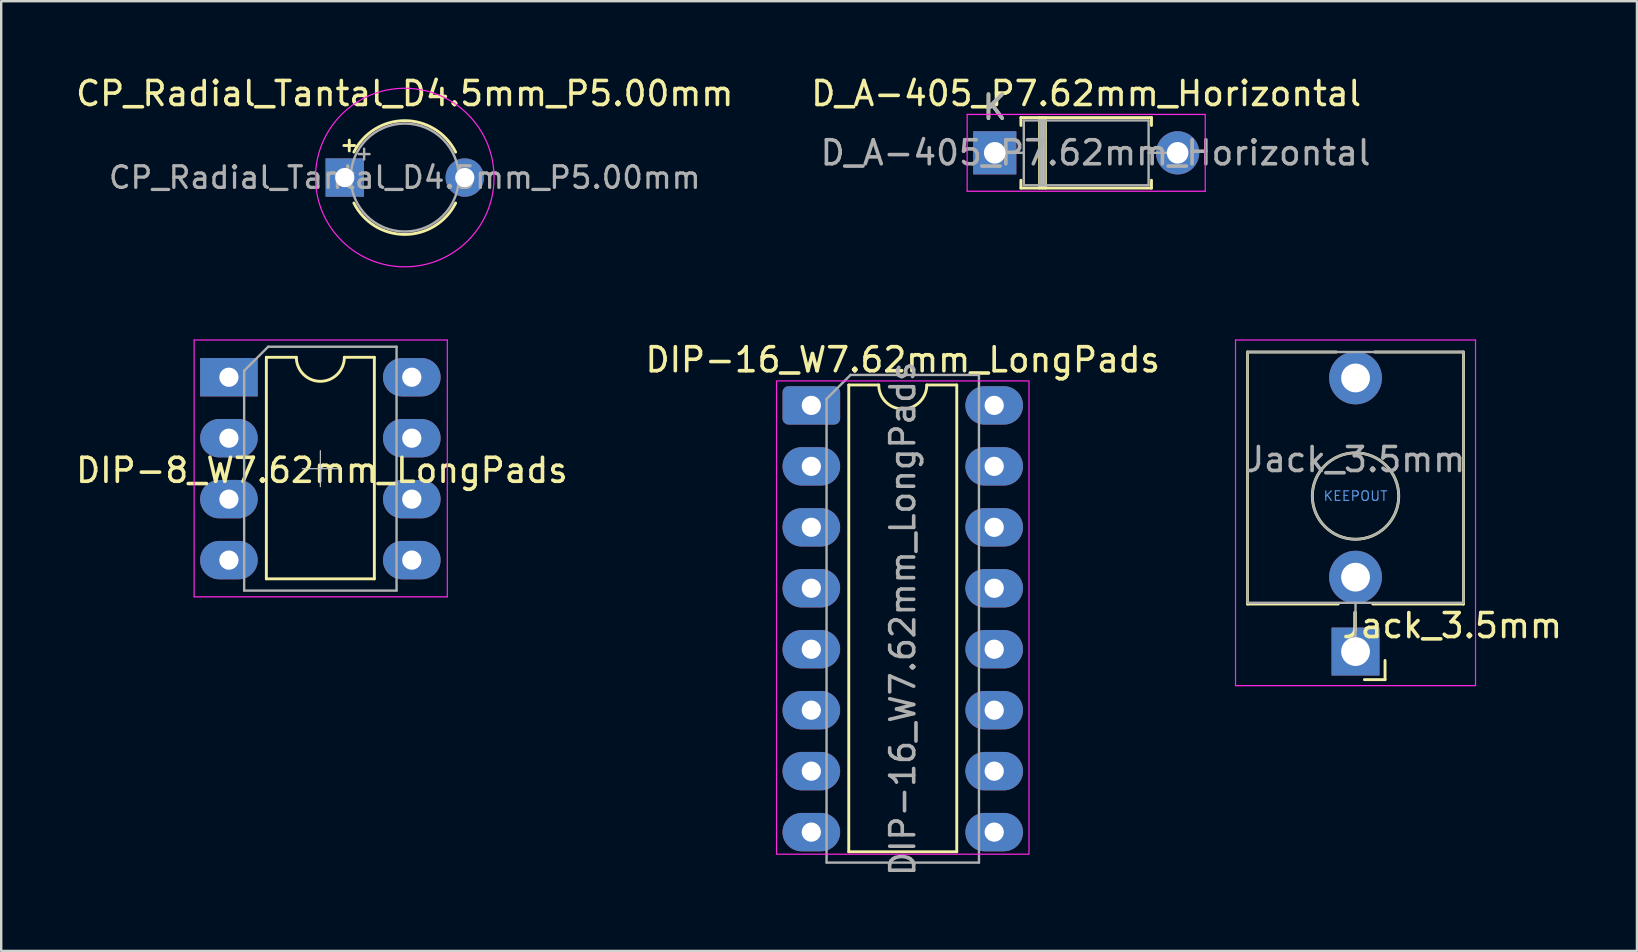
<source format=kicad_pcb>
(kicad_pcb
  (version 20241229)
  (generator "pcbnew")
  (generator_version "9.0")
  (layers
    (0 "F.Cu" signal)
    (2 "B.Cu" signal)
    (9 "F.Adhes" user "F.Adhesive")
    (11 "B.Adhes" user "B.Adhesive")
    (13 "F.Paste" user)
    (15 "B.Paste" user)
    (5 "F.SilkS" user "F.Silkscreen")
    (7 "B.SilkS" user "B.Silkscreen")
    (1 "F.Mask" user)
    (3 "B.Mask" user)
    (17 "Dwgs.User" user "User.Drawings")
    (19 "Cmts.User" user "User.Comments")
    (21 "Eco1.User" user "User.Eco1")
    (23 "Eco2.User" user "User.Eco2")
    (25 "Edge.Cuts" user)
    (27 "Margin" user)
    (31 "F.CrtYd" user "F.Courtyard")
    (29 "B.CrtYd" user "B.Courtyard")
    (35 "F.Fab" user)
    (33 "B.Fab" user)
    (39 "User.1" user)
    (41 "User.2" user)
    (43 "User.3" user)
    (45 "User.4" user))
  (footprint "Jack_3.5mm"
    (layer "F.Cu")
    (at 53.43 17.618)
    (property "Reference" "Jack_3.5mm" (at 4.03 5.4 0) (layer "F.SilkS") (effects (font (size 1 1) (thickness 0.15))))
    (attr through_hole)
    (fp_line (start -4.5 -6) (end -0.8 -6) (stroke (width 0.12) (type solid)) (layer "F.SilkS"))
    (fp_line (start -4.5 4.5) (end -4.5 -6) (stroke (width 0.12) (type solid)) (layer "F.SilkS"))
    (fp_line (start -4.5 4.5) (end -0.72 4.5) (stroke (width 0.12) (type solid)) (layer "F.SilkS"))
    (fp_line (start 0.72 4.5) (end 4.5 4.5) (stroke (width 0.12) (type solid)) (layer "F.SilkS"))
    (fp_line (start 0.8 -6) (end 4.5 -6) (stroke (width 0.12) (type solid)) (layer "F.SilkS"))
    (fp_line (start 1.23 7.65) (end 0.37 7.65) (stroke (width 0.12) (type solid)) (layer "F.SilkS"))
    (fp_line (start 1.23 7.65) (end 1.23 6.85) (stroke (width 0.12) (type solid)) (layer "F.SilkS"))
    (fp_line (start 4.5 4.5) (end 4.5 -6) (stroke (width 0.12) (type solid)) (layer "F.SilkS"))
    (fp_circle (center 0 0) (end -1.8 0) (stroke (width 0.12) (type solid)) (fill no) (layer "F.SilkS"))
    (fp_line (start -5 -6.5) (end -5 7.9) (stroke (width 0.05) (type solid)) (layer "F.CrtYd"))
    (fp_line (start -5 -6.5) (end 5 -6.5) (stroke (width 0.05) (type solid)) (layer "F.CrtYd"))
    (fp_line (start -5 7.9) (end 5 7.9) (stroke (width 0.05) (type solid)) (layer "F.CrtYd"))
    (fp_line (start 5 -6.5) (end 5 7.9) (stroke (width 0.05) (type solid)) (layer "F.CrtYd"))
    (fp_line (start -4.5 -6) (end -4.5 4.4) (stroke (width 0.1) (type solid)) (layer "F.Fab"))
    (fp_line (start -4.5 -6) (end 4.5 -6) (stroke (width 0.1) (type solid)) (layer "F.Fab"))
    (fp_line (start -4.5 4.45) (end 4.5 4.45) (stroke (width 0.1) (type solid)) (layer "F.Fab"))
    (fp_line (start 0 6.48) (end 0 4.45) (stroke (width 0.1) (type solid)) (layer "F.Fab"))
    (fp_line (start 4.5 -6) (end 4.5 4.4) (stroke (width 0.1) (type solid)) (layer "F.Fab"))
    (fp_circle (center 0 0) (end -1.8 0) (stroke (width 0.1) (type solid)) (fill no) (layer "F.Fab"))
    (fp_text user "KEEPOUT" (at 0 0 180) (layer "Cmts.User") (effects (font (size 0.4 0.4) (thickness 0.051))))
    (fp_text user "${REFERENCE}" (at 0 -1.52 0) (layer "F.Fab") (effects (font (size 1 1) (thickness 0.15))))
    (pad "G" thru_hole rect (at 0 6.48) (size 2 2) (drill 1.2) (layers "*.Cu" "*.Mask"))
    (pad "S" thru_hole circle (at 0 3.38) (size 2.2 2.2) (drill 1.2) (layers "*.Cu" "*.Mask"))
    (pad "T" thru_hole circle (at 0 -4.92) (size 2.2 2.2) (drill 1.2) (layers "*.Cu" "*.Mask"))
    (zone (net_name "") (layer "F.Cu") (hatch full 0.508) (connect_pads) (min_thickness 0.254) (filled_areas_thickness no) (keepout (tracks not_allowed) (vias not_allowed) (pads not_allowed) (copperpour not_allowed) (footprints not_allowed)) (placement (enabled no)) (fill) (polygon (pts (xy 51.925 17.618) (xy 51.945 17.864) (xy 52.005 18.103) (xy 52.103 18.33) (xy 52.237 18.537) (xy 52.403 18.719) (xy 52.597 18.872) (xy 52.813 18.991) (xy 53.045 19.073) (xy 53.288 19.117) (xy 53.535 19.12) (xy 53.779 19.082) (xy 54.013 19.006) (xy 54.232 18.892) (xy 54.429 18.744) (xy 54.599 18.565) (xy 54.738 18.362) (xy 54.842 18.138) (xy 54.908 17.9) (xy 54.934 17.655) (xy 54.92 17.409) (xy 54.866 17.168) (xy 54.773 16.94) (xy 54.644 16.729) (xy 54.483 16.543) (xy 54.293 16.385) (xy 54.08 16.261) (xy 53.85 16.173) (xy 53.608 16.124) (xy 53.361 16.115) (xy 53.117 16.146) (xy 52.881 16.217) (xy 52.659 16.325) (xy 52.458 16.469) (xy 52.284 16.643) (xy 52.14 16.843) (xy 52.03 17.064) (xy 51.959 17.3) (xy 51.926 17.545)))))
  (footprint "DIP-16_W7.62mm_LongPads"
    (layer "F.Cu")
    (at 30.755 13.841)
    (property "Reference" "DIP-16_W7.62mm_LongPads" (at 3.81 -1.9 0) (layer "F.SilkS") (effects (font (size 1 1) (thickness 0.15))))
    (attr through_hole)
    (fp_line (start 1.56 -0.85) (end 1.56 18.6) (stroke (width 0.12) (type solid)) (layer "F.SilkS"))
    (fp_line (start 1.56 18.6) (end 6.06 18.6) (stroke (width 0.12) (type solid)) (layer "F.SilkS"))
    (fp_line (start 2.81 -0.85) (end 1.56 -0.85) (stroke (width 0.12) (type solid)) (layer "F.SilkS"))
    (fp_line (start 6.06 -0.85) (end 4.81 -0.85) (stroke (width 0.12) (type solid)) (layer "F.SilkS"))
    (fp_line (start 6.06 18.6) (end 6.06 -0.85) (stroke (width 0.12) (type solid)) (layer "F.SilkS"))
    (fp_arc (start 4.81 -0.85) (mid 3.81 0.15) (end 2.81 -0.85) (stroke (width 0.12) (type solid)) (layer "F.SilkS"))
    (fp_rect (start -1.45 -1.02) (end 9.07 18.7) (stroke (width 0.05) (type solid)) (fill no) (layer "F.CrtYd"))
    (fp_line (start 0.635 -0.27) (end 1.635 -1.27) (stroke (width 0.1) (type solid)) (layer "F.Fab"))
    (fp_line (start 0.635 19.05) (end 0.635 -0.27) (stroke (width 0.1) (type solid)) (layer "F.Fab"))
    (fp_line (start 1.635 -1.27) (end 6.985 -1.27) (stroke (width 0.1) (type solid)) (layer "F.Fab"))
    (fp_line (start 6.985 -1.27) (end 6.985 19.05) (stroke (width 0.1) (type solid)) (layer "F.Fab"))
    (fp_line (start 6.985 19.05) (end 0.635 19.05) (stroke (width 0.1) (type solid)) (layer "F.Fab"))
    (fp_text user "${REFERENCE}" (at 3.81 8.89 90) (layer "F.Fab") (effects (font (size 1 1) (thickness 0.15))))
    (pad "1" thru_hole roundrect (at 0 0) (size 2.4 1.6) (drill 0.8) (layers "*.Cu" "*.Mask") (roundrect_rratio 0.156))
    (pad "2" thru_hole oval (at 0 2.54) (size 2.4 1.6) (drill 0.8) (layers "*.Cu" "*.Mask"))
    (pad "3" thru_hole oval (at 0 5.08) (size 2.4 1.6) (drill 0.8) (layers "*.Cu" "*.Mask"))
    (pad "4" thru_hole oval (at 0 7.62) (size 2.4 1.6) (drill 0.8) (layers "*.Cu" "*.Mask"))
    (pad "5" thru_hole oval (at 0 10.16) (size 2.4 1.6) (drill 0.8) (layers "*.Cu" "*.Mask"))
    (pad "6" thru_hole oval (at 0 12.7) (size 2.4 1.6) (drill 0.8) (layers "*.Cu" "*.Mask"))
    (pad "7" thru_hole oval (at 0 15.24) (size 2.4 1.6) (drill 0.8) (layers "*.Cu" "*.Mask"))
    (pad "8" thru_hole oval (at 0 17.78) (size 2.4 1.6) (drill 0.8) (layers "*.Cu" "*.Mask"))
    (pad "9" thru_hole oval (at 7.62 17.78) (size 2.4 1.6) (drill 0.8) (layers "*.Cu" "*.Mask"))
    (pad "10" thru_hole oval (at 7.62 15.24) (size 2.4 1.6) (drill 0.8) (layers "*.Cu" "*.Mask"))
    (pad "11" thru_hole oval (at 7.62 12.7) (size 2.4 1.6) (drill 0.8) (layers "*.Cu" "*.Mask"))
    (pad "12" thru_hole oval (at 7.62 10.16) (size 2.4 1.6) (drill 0.8) (layers "*.Cu" "*.Mask"))
    (pad "13" thru_hole oval (at 7.62 7.62) (size 2.4 1.6) (drill 0.8) (layers "*.Cu" "*.Mask"))
    (pad "14" thru_hole oval (at 7.62 5.08) (size 2.4 1.6) (drill 0.8) (layers "*.Cu" "*.Mask"))
    (pad "15" thru_hole oval (at 7.62 2.54) (size 2.4 1.6) (drill 0.8) (layers "*.Cu" "*.Mask"))
    (pad "16" thru_hole oval (at 7.62 0) (size 2.4 1.6) (drill 0.8) (layers "*.Cu" "*.Mask")))
  (footprint "CP_Radial_Tantal_D4.5mm_P5.00mm"
    (layer "F.Cu")
    (at 11.315 4.348)
    (property "Reference" "CP_Radial_Tantal_D4.5mm_P5.00mm" (at 2.5 -3.5 0) (layer "F.SilkS") (effects (font (size 1 1) (thickness 0.15))))
    (attr through_hole)
    (fp_line (start -0.037 -1.335) (end 0.413 -1.335) (stroke (width 0.12) (type solid)) (layer "F.SilkS"))
    (fp_line (start 0.188 -1.56) (end 0.188 -1.11) (stroke (width 0.12) (type solid)) (layer "F.SilkS"))
    (fp_arc (start 0.380259 -1.06) (mid 2.5 -2.37) (end 4.619741 -1.06) (stroke (width 0.12) (type solid)) (layer "F.SilkS"))
    (fp_arc (start 4.619741 1.06) (mid 2.5 2.37) (end 0.380259 1.06) (stroke (width 0.12) (type solid)) (layer "F.SilkS"))
    (fp_circle (center 2.5 0) (end 6.22 0) (stroke (width 0.05) (type solid)) (fill no) (layer "F.CrtYd"))
    (fp_line (start 0.582 -0.978) (end 1.032 -0.978) (stroke (width 0.1) (type solid)) (layer "F.Fab"))
    (fp_line (start 0.807 -1.202) (end 0.807 -0.752) (stroke (width 0.1) (type solid)) (layer "F.Fab"))
    (fp_circle (center 2.5 0) (end 4.75 0) (stroke (width 0.1) (type solid)) (fill no) (layer "F.Fab"))
    (fp_text user "${REFERENCE}" (at 2.5 0 0) (layer "F.Fab") (effects (font (size 0.9 0.9) (thickness 0.135))))
    (pad "1" thru_hole rect (at 0 0) (size 1.6 1.6) (drill 0.8) (layers "*.Cu" "*.Mask"))
    (pad "2" thru_hole circle (at 5 0) (size 1.6 1.6) (drill 0.8) (layers "*.Cu" "*.Mask")))
  (footprint "DIP-8_W7.62mm_LongPads"
    (layer "F.Cu")
    (at 10.298 16.478)
    (property "Reference" "DIP-8_W7.62mm_LongPads" (at 0.065 0.07 0) (layer "F.SilkS") (effects (font (size 1 1) (thickness 0.15))))
    (attr through_hole)
    (fp_line (start -2.25 -4.64) (end -2.25 4.59) (stroke (width 0.12) (type solid)) (layer "F.SilkS"))
    (fp_line (start -2.25 4.59) (end 2.25 4.59) (stroke (width 0.12) (type solid)) (layer "F.SilkS"))
    (fp_line (start -1 -4.64) (end -2.25 -4.64) (stroke (width 0.12) (type solid)) (layer "F.SilkS"))
    (fp_line (start 2.25 -4.64) (end 1 -4.64) (stroke (width 0.12) (type solid)) (layer "F.SilkS"))
    (fp_line (start 2.25 4.59) (end 2.25 -4.64) (stroke (width 0.12) (type solid)) (layer "F.SilkS"))
    (fp_arc (start 1 -4.64) (mid 0 -3.64) (end -1 -4.64) (stroke (width 0.12) (type solid)) (layer "F.SilkS"))
    (fp_line (start 0 -0.75) (end 0 0.75) (stroke (width 0.05) (type solid)) (layer "Dwgs.User"))
    (fp_line (start 0.75 0) (end -0.75 0) (stroke (width 0.05) (type solid)) (layer "Dwgs.User"))
    (fp_line (start -5.26 -5.36) (end -5.26 5.34) (stroke (width 0.05) (type solid)) (layer "F.CrtYd"))
    (fp_line (start -5.26 5.34) (end 5.29 5.34) (stroke (width 0.05) (type solid)) (layer "F.CrtYd"))
    (fp_line (start 5.29 -5.36) (end -5.26 -5.36) (stroke (width 0.05) (type solid)) (layer "F.CrtYd"))
    (fp_line (start 5.29 5.34) (end 5.29 -5.36) (stroke (width 0.05) (type solid)) (layer "F.CrtYd"))
    (fp_line (start -3.175 -4.08) (end -2.175 -5.08) (stroke (width 0.1) (type solid)) (layer "F.Fab"))
    (fp_line (start -3.175 5.08) (end -3.175 -4.08) (stroke (width 0.1) (type solid)) (layer "F.Fab"))
    (fp_line (start -2.175 -5.08) (end 3.175 -5.08) (stroke (width 0.1) (type solid)) (layer "F.Fab"))
    (fp_line (start 3.175 -5.08) (end 3.175 5.08) (stroke (width 0.1) (type solid)) (layer "F.Fab"))
    (fp_line (start 3.175 5.08) (end -3.175 5.08) (stroke (width 0.1) (type solid)) (layer "F.Fab"))
    (pad "1" thru_hole rect (at -3.81 -3.81) (size 2.4 1.6) (drill 0.8) (layers "*.Cu" "*.Mask"))
    (pad "2" thru_hole oval (at -3.81 -1.27) (size 2.4 1.6) (drill 0.8) (layers "*.Cu" "*.Mask"))
    (pad "3" thru_hole oval (at -3.81 1.27) (size 2.4 1.6) (drill 0.8) (layers "*.Cu" "*.Mask"))
    (pad "4" thru_hole oval (at -3.81 3.81) (size 2.4 1.6) (drill 0.8) (layers "*.Cu" "*.Mask"))
    (pad "5" thru_hole oval (at 3.81 3.81) (size 2.4 1.6) (drill 0.8) (layers "*.Cu" "*.Mask"))
    (pad "6" thru_hole oval (at 3.81 1.27) (size 2.4 1.6) (drill 0.8) (layers "*.Cu" "*.Mask"))
    (pad "7" thru_hole oval (at 3.81 -1.27) (size 2.4 1.6) (drill 0.8) (layers "*.Cu" "*.Mask"))
    (pad "8" thru_hole oval (at 3.81 -3.81) (size 2.4 1.6) (drill 0.8) (layers "*.Cu" "*.Mask")))
  (footprint "D_A-405_P7.62mm_Horizontal"
    (layer "F.Cu")
    (at 38.398 3.318)
    (property "Reference" "D_A-405_P7.62mm_Horizontal" (at 3.81 -2.47 0) (layer "F.SilkS") (effects (font (size 1 1) (thickness 0.15))))
    (attr through_hole)
    (fp_line (start 1.09 -1.47) (end 6.53 -1.47) (stroke (width 0.12) (type solid)) (layer "F.SilkS"))
    (fp_line (start 1.09 -1.14) (end 1.09 -1.47) (stroke (width 0.12) (type solid)) (layer "F.SilkS"))
    (fp_line (start 1.09 1.14) (end 1.09 1.47) (stroke (width 0.12) (type solid)) (layer "F.SilkS"))
    (fp_line (start 1.09 1.47) (end 6.53 1.47) (stroke (width 0.12) (type solid)) (layer "F.SilkS"))
    (fp_line (start 1.87 -1.47) (end 1.87 1.47) (stroke (width 0.12) (type solid)) (layer "F.SilkS"))
    (fp_line (start 1.99 -1.47) (end 1.99 1.47) (stroke (width 0.12) (type solid)) (layer "F.SilkS"))
    (fp_line (start 2.11 -1.47) (end 2.11 1.47) (stroke (width 0.12) (type solid)) (layer "F.SilkS"))
    (fp_line (start 6.53 -1.47) (end 6.53 -1.14) (stroke (width 0.12) (type solid)) (layer "F.SilkS"))
    (fp_line (start 6.53 1.47) (end 6.53 1.14) (stroke (width 0.12) (type solid)) (layer "F.SilkS"))
    (fp_line (start -1.15 -1.6) (end -1.15 1.6) (stroke (width 0.05) (type solid)) (layer "F.CrtYd"))
    (fp_line (start -1.15 1.6) (end 8.77 1.6) (stroke (width 0.05) (type solid)) (layer "F.CrtYd"))
    (fp_line (start 8.77 -1.6) (end -1.15 -1.6) (stroke (width 0.05) (type solid)) (layer "F.CrtYd"))
    (fp_line (start 8.77 1.6) (end 8.77 -1.6) (stroke (width 0.05) (type solid)) (layer "F.CrtYd"))
    (fp_line (start 0 0) (end 1.21 0) (stroke (width 0.1) (type solid)) (layer "F.Fab"))
    (fp_line (start 1.21 -1.35) (end 1.21 1.35) (stroke (width 0.1) (type solid)) (layer "F.Fab"))
    (fp_line (start 1.21 1.35) (end 6.41 1.35) (stroke (width 0.1) (type solid)) (layer "F.Fab"))
    (fp_line (start 1.89 -1.35) (end 1.89 1.35) (stroke (width 0.1) (type solid)) (layer "F.Fab"))
    (fp_line (start 1.99 -1.35) (end 1.99 1.35) (stroke (width 0.1) (type solid)) (layer "F.Fab"))
    (fp_line (start 2.09 -1.35) (end 2.09 1.35) (stroke (width 0.1) (type solid)) (layer "F.Fab"))
    (fp_line (start 6.41 -1.35) (end 1.21 -1.35) (stroke (width 0.1) (type solid)) (layer "F.Fab"))
    (fp_line (start 6.41 1.35) (end 6.41 -1.35) (stroke (width 0.1) (type solid)) (layer "F.Fab"))
    (fp_line (start 7.62 0) (end 6.41 0) (stroke (width 0.1) (type solid)) (layer "F.Fab"))
    (fp_text user "K" (at 0 -1.9 0) (layer "F.SilkS") (effects (font (size 1 1) (thickness 0.15))))
    (fp_text user "${REFERENCE}" (at 4.2 0 0) (layer "F.Fab") (effects (font (size 1 1) (thickness 0.15))))
    (fp_text user "K" (at 0 -1.9 0) (layer "F.Fab") (effects (font (size 1 1) (thickness 0.15))))
    (pad "1" thru_hole rect (at 0 0) (size 1.8 1.8) (drill 0.9) (layers "*.Cu" "*.Mask"))
    (pad "2" thru_hole oval (at 7.62 0) (size 1.8 1.8) (drill 0.9) (layers "*.Cu" "*.Mask")))
  (gr_rect
    (start -3 -3)
    (end 65.156 36.571)
    (stroke (width 0.1) (type default))
    (fill no)
    (layer "Edge.Cuts")))
</source>
